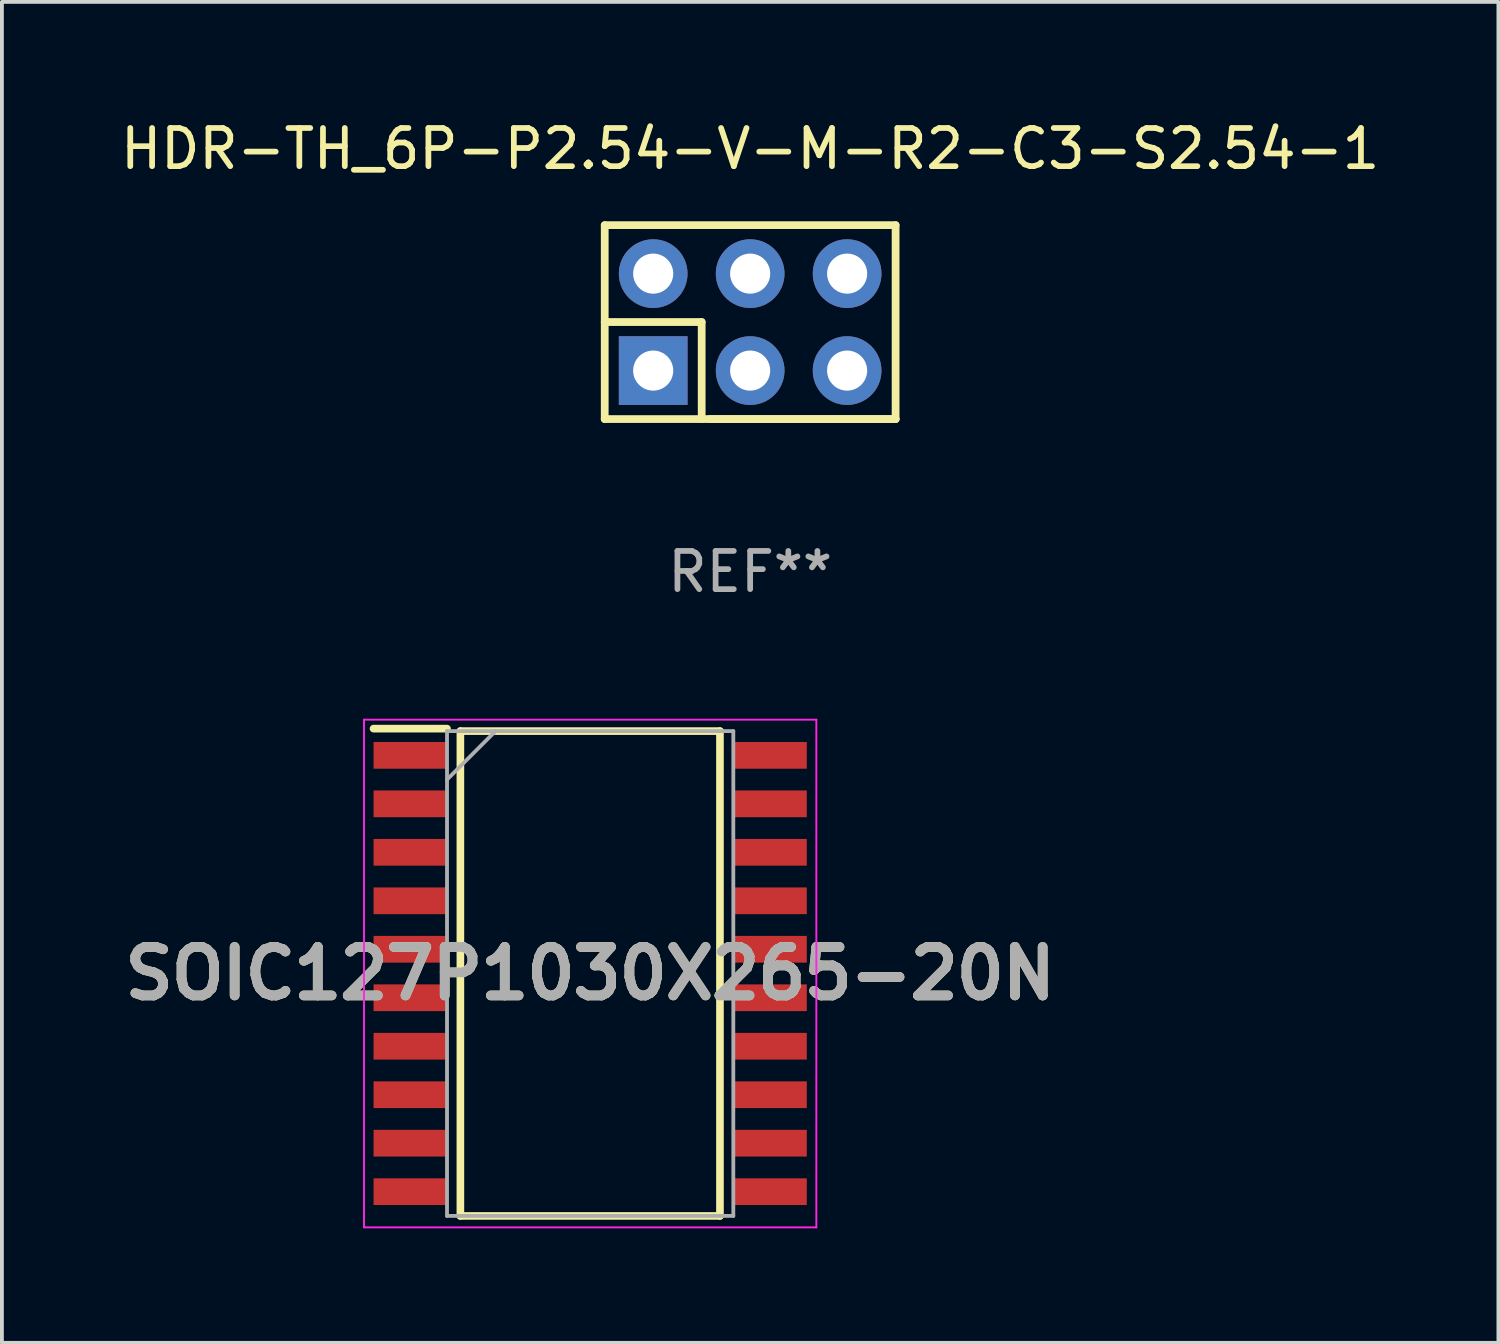
<source format=kicad_pcb>
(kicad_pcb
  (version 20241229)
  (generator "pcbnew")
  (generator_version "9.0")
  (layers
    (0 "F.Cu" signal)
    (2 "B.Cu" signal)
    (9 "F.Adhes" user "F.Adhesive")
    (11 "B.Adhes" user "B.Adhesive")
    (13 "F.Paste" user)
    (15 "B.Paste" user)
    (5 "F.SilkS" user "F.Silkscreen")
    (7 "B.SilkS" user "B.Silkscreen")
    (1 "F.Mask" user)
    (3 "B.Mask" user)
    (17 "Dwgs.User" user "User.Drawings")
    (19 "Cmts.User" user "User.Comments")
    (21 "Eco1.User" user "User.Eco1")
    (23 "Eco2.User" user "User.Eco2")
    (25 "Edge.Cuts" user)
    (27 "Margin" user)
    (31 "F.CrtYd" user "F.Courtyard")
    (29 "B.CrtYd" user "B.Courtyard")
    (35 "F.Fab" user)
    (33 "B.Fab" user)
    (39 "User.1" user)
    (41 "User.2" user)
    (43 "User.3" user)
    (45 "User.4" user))
  (footprint "HDR-TH_6P-P2.54-V-M-R2-C3-S2.54-1"
    (layer "F.Cu")
    (at 16.601 5.388)
    (property "Reference" "HDR-TH_6P-P2.54-V-M-R2-C3-S2.54-1" (at 0 -4.54 0) (layer "F.SilkS") (effects (font (size 1 1) (thickness 0.15))))
    (attr through_hole)
    (fp_line (start -3.81 -2.54) (end -3.81 2.54) (stroke (width 0.203) (type solid)) (layer "F.SilkS"))
    (fp_line (start -3.81 -0.002) (end -1.27 -0.002) (stroke (width 0.203) (type solid)) (layer "F.SilkS"))
    (fp_line (start -3.81 2.54) (end 3.81 2.54) (stroke (width 0.203) (type solid)) (layer "F.SilkS"))
    (fp_line (start -1.27 -0.002) (end -1.27 2.54) (stroke (width 0.203) (type solid)) (layer "F.SilkS"))
    (fp_line (start 3.81 -2.54) (end -3.81 -2.54) (stroke (width 0.203) (type solid)) (layer "F.SilkS"))
    (fp_line (start 3.81 2.54) (end -1.058 2.54) (stroke (width 0.203) (type solid)) (layer "F.SilkS"))
    (fp_line (start 3.81 2.54) (end 3.81 -2.54) (stroke (width 0.203) (type solid)) (layer "F.SilkS"))
    (fp_circle (center -3.81 2.5) (end -3.78 2.5) (stroke (width 0.06) (type solid)) (fill no) (layer "F.SilkS"))
    (fp_text user "REF**" (at 0 6.54 0) (layer "F.Fab") (effects (font (size 1 1) (thickness 0.15))))
    (pad "1" thru_hole rect (at -2.54 1.27) (size 1.8 1.8) (drill 1.05) (layers "*.Cu" "*.Mask"))
    (pad "2" thru_hole circle (at -2.54 -1.27) (size 1.8 1.8) (drill 1.05) (layers "*.Cu" "*.Mask"))
    (pad "3" thru_hole circle (at 0 1.27) (size 1.8 1.8) (drill 1.05) (layers "*.Cu" "*.Mask"))
    (pad "4" thru_hole circle (at 0 -1.27) (size 1.8 1.8) (drill 1.05) (layers "*.Cu" "*.Mask"))
    (pad "5" thru_hole circle (at 2.54 1.27) (size 1.8 1.8) (drill 1.05) (layers "*.Cu" "*.Mask"))
    (pad "6" thru_hole circle (at 2.54 -1.27) (size 1.8 1.8) (drill 1.05) (layers "*.Cu" "*.Mask")))
  (footprint "SOIC127P1030X265-20N"
    (layer "F.Cu")
    (at 12.41 22.452)
    (property "Reference" "SOIC127P1030X265-20N" (at 0 0 0) (layer "F.SilkS") (effects (font (size 1.27 1.27) (thickness 0.254))))
    (attr smd)
    (fp_line (start -5.675 -6.415) (end -3.75 -6.415) (stroke (width 0.2) (type solid)) (layer "F.SilkS"))
    (fp_line (start -3.4 -6.35) (end 3.4 -6.35) (stroke (width 0.2) (type solid)) (layer "F.SilkS"))
    (fp_line (start -3.4 6.35) (end -3.4 -6.35) (stroke (width 0.2) (type solid)) (layer "F.SilkS"))
    (fp_line (start 3.4 -6.35) (end 3.4 6.35) (stroke (width 0.2) (type solid)) (layer "F.SilkS"))
    (fp_line (start 3.4 6.35) (end -3.4 6.35) (stroke (width 0.2) (type solid)) (layer "F.SilkS"))
    (fp_line (start -5.925 -6.65) (end 5.925 -6.65) (stroke (width 0.05) (type solid)) (layer "F.CrtYd"))
    (fp_line (start -5.925 6.65) (end -5.925 -6.65) (stroke (width 0.05) (type solid)) (layer "F.CrtYd"))
    (fp_line (start 5.925 -6.65) (end 5.925 6.65) (stroke (width 0.05) (type solid)) (layer "F.CrtYd"))
    (fp_line (start 5.925 6.65) (end -5.925 6.65) (stroke (width 0.05) (type solid)) (layer "F.CrtYd"))
    (fp_line (start -3.75 -6.35) (end 3.75 -6.35) (stroke (width 0.1) (type solid)) (layer "F.Fab"))
    (fp_line (start -3.75 -5.08) (end -2.48 -6.35) (stroke (width 0.1) (type solid)) (layer "F.Fab"))
    (fp_line (start -3.75 6.35) (end -3.75 -6.35) (stroke (width 0.1) (type solid)) (layer "F.Fab"))
    (fp_line (start 3.75 -6.35) (end 3.75 6.35) (stroke (width 0.1) (type solid)) (layer "F.Fab"))
    (fp_line (start 3.75 6.35) (end -3.75 6.35) (stroke (width 0.1) (type solid)) (layer "F.Fab"))
    (fp_text user "${REFERENCE}" (at 0 0 0) (layer "F.Fab") (effects (font (size 1.27 1.27) (thickness 0.254))))
    (pad "1" smd rect (at -4.712 -5.715 90) (size 0.7 1.925) (layers "F.Cu" "F.Mask" "F.Paste"))
    (pad "2" smd rect (at -4.712 -4.445 90) (size 0.7 1.925) (layers "F.Cu" "F.Mask" "F.Paste"))
    (pad "3" smd rect (at -4.712 -3.175 90) (size 0.7 1.925) (layers "F.Cu" "F.Mask" "F.Paste"))
    (pad "4" smd rect (at -4.712 -1.905 90) (size 0.7 1.925) (layers "F.Cu" "F.Mask" "F.Paste"))
    (pad "5" smd rect (at -4.712 -0.635 90) (size 0.7 1.925) (layers "F.Cu" "F.Mask" "F.Paste"))
    (pad "6" smd rect (at -4.712 0.635 90) (size 0.7 1.925) (layers "F.Cu" "F.Mask" "F.Paste"))
    (pad "7" smd rect (at -4.712 1.905 90) (size 0.7 1.925) (layers "F.Cu" "F.Mask" "F.Paste"))
    (pad "8" smd rect (at -4.712 3.175 90) (size 0.7 1.925) (layers "F.Cu" "F.Mask" "F.Paste"))
    (pad "9" smd rect (at -4.712 4.445 90) (size 0.7 1.925) (layers "F.Cu" "F.Mask" "F.Paste"))
    (pad "10" smd rect (at -4.712 5.715 90) (size 0.7 1.925) (layers "F.Cu" "F.Mask" "F.Paste"))
    (pad "11" smd rect (at 4.712 5.715 90) (size 0.7 1.925) (layers "F.Cu" "F.Mask" "F.Paste"))
    (pad "12" smd rect (at 4.712 4.445 90) (size 0.7 1.925) (layers "F.Cu" "F.Mask" "F.Paste"))
    (pad "13" smd rect (at 4.712 3.175 90) (size 0.7 1.925) (layers "F.Cu" "F.Mask" "F.Paste"))
    (pad "14" smd rect (at 4.712 1.905 90) (size 0.7 1.925) (layers "F.Cu" "F.Mask" "F.Paste"))
    (pad "15" smd rect (at 4.712 0.635 90) (size 0.7 1.925) (layers "F.Cu" "F.Mask" "F.Paste"))
    (pad "16" smd rect (at 4.712 -0.635 90) (size 0.7 1.925) (layers "F.Cu" "F.Mask" "F.Paste"))
    (pad "17" smd rect (at 4.712 -1.905 90) (size 0.7 1.925) (layers "F.Cu" "F.Mask" "F.Paste"))
    (pad "18" smd rect (at 4.712 -3.175 90) (size 0.7 1.925) (layers "F.Cu" "F.Mask" "F.Paste"))
    (pad "19" smd rect (at 4.712 -4.445 90) (size 0.7 1.925) (layers "F.Cu" "F.Mask" "F.Paste"))
    (pad "20" smd rect (at 4.712 -5.715 90) (size 0.7 1.925) (layers "F.Cu" "F.Mask" "F.Paste")))
  (gr_rect
    (start -3 -3)
    (end 36.202 32.127)
    (stroke (width 0.1) (type default))
    (fill no)
    (layer "Edge.Cuts")))
</source>
